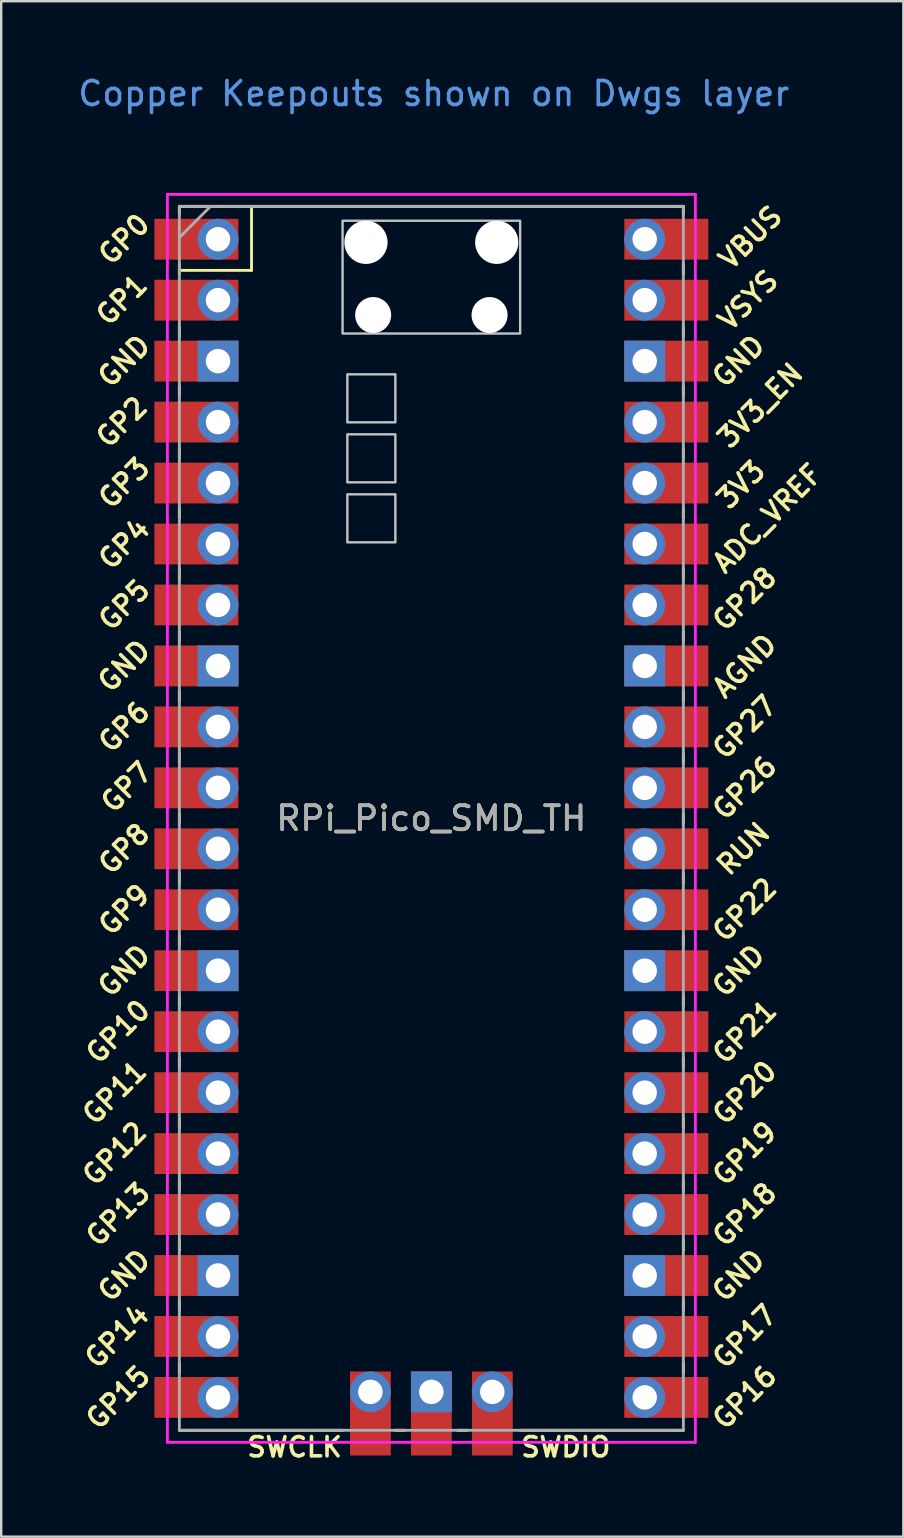
<source format=kicad_pcb>
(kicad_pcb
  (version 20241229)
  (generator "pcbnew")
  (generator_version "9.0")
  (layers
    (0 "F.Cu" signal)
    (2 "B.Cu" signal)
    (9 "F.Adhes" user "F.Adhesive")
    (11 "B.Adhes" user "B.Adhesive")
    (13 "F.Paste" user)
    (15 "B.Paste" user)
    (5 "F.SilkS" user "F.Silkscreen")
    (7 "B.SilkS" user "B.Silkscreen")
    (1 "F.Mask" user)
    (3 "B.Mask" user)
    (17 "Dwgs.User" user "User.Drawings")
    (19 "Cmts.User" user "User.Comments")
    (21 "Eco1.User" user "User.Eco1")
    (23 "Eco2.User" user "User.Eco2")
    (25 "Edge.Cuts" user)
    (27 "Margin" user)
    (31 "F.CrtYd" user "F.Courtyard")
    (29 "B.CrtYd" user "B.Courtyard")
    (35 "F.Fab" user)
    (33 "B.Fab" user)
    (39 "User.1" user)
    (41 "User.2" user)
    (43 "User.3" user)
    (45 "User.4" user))
  (footprint "RPi_Pico_SMD_TH"
    (layer "F.Cu")
    (at 14.924 31.048)
    (property "Reference" "RPi_Pico_SMD_TH" (at 0 0 0) (layer "F.SilkS") (effects (font (size 1 1) (thickness 0.15))))
    (attr through_hole)
    (fp_line (start -10.5 -25.5) (end -10.5 -25.2) (stroke (width 0.12) (type solid)) (layer "F.SilkS"))
    (fp_line (start -10.5 -25.5) (end 10.5 -25.5) (stroke (width 0.12) (type solid)) (layer "F.SilkS"))
    (fp_line (start -10.5 -23.1) (end -10.5 -22.7) (stroke (width 0.12) (type solid)) (layer "F.SilkS"))
    (fp_line (start -10.5 -22.833) (end -7.493 -22.833) (stroke (width 0.12) (type solid)) (layer "F.SilkS"))
    (fp_line (start -10.5 -20.5) (end -10.5 -20.1) (stroke (width 0.12) (type solid)) (layer "F.SilkS"))
    (fp_line (start -10.5 -18) (end -10.5 -17.6) (stroke (width 0.12) (type solid)) (layer "F.SilkS"))
    (fp_line (start -10.5 -15.4) (end -10.5 -15) (stroke (width 0.12) (type solid)) (layer "F.SilkS"))
    (fp_line (start -10.5 -12.9) (end -10.5 -12.5) (stroke (width 0.12) (type solid)) (layer "F.SilkS"))
    (fp_line (start -10.5 -10.4) (end -10.5 -10) (stroke (width 0.12) (type solid)) (layer "F.SilkS"))
    (fp_line (start -10.5 -7.8) (end -10.5 -7.4) (stroke (width 0.12) (type solid)) (layer "F.SilkS"))
    (fp_line (start -10.5 -5.3) (end -10.5 -4.9) (stroke (width 0.12) (type solid)) (layer "F.SilkS"))
    (fp_line (start -10.5 -2.7) (end -10.5 -2.3) (stroke (width 0.12) (type solid)) (layer "F.SilkS"))
    (fp_line (start -10.5 -0.2) (end -10.5 0.2) (stroke (width 0.12) (type solid)) (layer "F.SilkS"))
    (fp_line (start -10.5 2.3) (end -10.5 2.7) (stroke (width 0.12) (type solid)) (layer "F.SilkS"))
    (fp_line (start -10.5 4.9) (end -10.5 5.3) (stroke (width 0.12) (type solid)) (layer "F.SilkS"))
    (fp_line (start -10.5 7.4) (end -10.5 7.8) (stroke (width 0.12) (type solid)) (layer "F.SilkS"))
    (fp_line (start -10.5 10) (end -10.5 10.4) (stroke (width 0.12) (type solid)) (layer "F.SilkS"))
    (fp_line (start -10.5 12.5) (end -10.5 12.9) (stroke (width 0.12) (type solid)) (layer "F.SilkS"))
    (fp_line (start -10.5 15.1) (end -10.5 15.5) (stroke (width 0.12) (type solid)) (layer "F.SilkS"))
    (fp_line (start -10.5 17.6) (end -10.5 18) (stroke (width 0.12) (type solid)) (layer "F.SilkS"))
    (fp_line (start -10.5 20.1) (end -10.5 20.5) (stroke (width 0.12) (type solid)) (layer "F.SilkS"))
    (fp_line (start -10.5 22.7) (end -10.5 23.1) (stroke (width 0.12) (type solid)) (layer "F.SilkS"))
    (fp_line (start -7.493 -22.833) (end -7.493 -25.5) (stroke (width 0.12) (type solid)) (layer "F.SilkS"))
    (fp_line (start -3.7 25.5) (end -10.5 25.5) (stroke (width 0.12) (type solid)) (layer "F.SilkS"))
    (fp_line (start -1.5 25.5) (end -1.1 25.5) (stroke (width 0.12) (type solid)) (layer "F.SilkS"))
    (fp_line (start 1.1 25.5) (end 1.5 25.5) (stroke (width 0.12) (type solid)) (layer "F.SilkS"))
    (fp_line (start 10.5 -25.5) (end 10.5 -25.2) (stroke (width 0.12) (type solid)) (layer "F.SilkS"))
    (fp_line (start 10.5 -23.1) (end 10.5 -22.7) (stroke (width 0.12) (type solid)) (layer "F.SilkS"))
    (fp_line (start 10.5 -20.5) (end 10.5 -20.1) (stroke (width 0.12) (type solid)) (layer "F.SilkS"))
    (fp_line (start 10.5 -18) (end 10.5 -17.6) (stroke (width 0.12) (type solid)) (layer "F.SilkS"))
    (fp_line (start 10.5 -15.4) (end 10.5 -15) (stroke (width 0.12) (type solid)) (layer "F.SilkS"))
    (fp_line (start 10.5 -12.9) (end 10.5 -12.5) (stroke (width 0.12) (type solid)) (layer "F.SilkS"))
    (fp_line (start 10.5 -10.4) (end 10.5 -10) (stroke (width 0.12) (type solid)) (layer "F.SilkS"))
    (fp_line (start 10.5 -7.8) (end 10.5 -7.4) (stroke (width 0.12) (type solid)) (layer "F.SilkS"))
    (fp_line (start 10.5 -5.3) (end 10.5 -4.9) (stroke (width 0.12) (type solid)) (layer "F.SilkS"))
    (fp_line (start 10.5 -2.7) (end 10.5 -2.3) (stroke (width 0.12) (type solid)) (layer "F.SilkS"))
    (fp_line (start 10.5 -0.2) (end 10.5 0.2) (stroke (width 0.12) (type solid)) (layer "F.SilkS"))
    (fp_line (start 10.5 2.3) (end 10.5 2.7) (stroke (width 0.12) (type solid)) (layer "F.SilkS"))
    (fp_line (start 10.5 4.9) (end 10.5 5.3) (stroke (width 0.12) (type solid)) (layer "F.SilkS"))
    (fp_line (start 10.5 7.4) (end 10.5 7.8) (stroke (width 0.12) (type solid)) (layer "F.SilkS"))
    (fp_line (start 10.5 10) (end 10.5 10.4) (stroke (width 0.12) (type solid)) (layer "F.SilkS"))
    (fp_line (start 10.5 12.5) (end 10.5 12.9) (stroke (width 0.12) (type solid)) (layer "F.SilkS"))
    (fp_line (start 10.5 15.1) (end 10.5 15.5) (stroke (width 0.12) (type solid)) (layer "F.SilkS"))
    (fp_line (start 10.5 17.6) (end 10.5 18) (stroke (width 0.12) (type solid)) (layer "F.SilkS"))
    (fp_line (start 10.5 20.1) (end 10.5 20.5) (stroke (width 0.12) (type solid)) (layer "F.SilkS"))
    (fp_line (start 10.5 22.7) (end 10.5 23.1) (stroke (width 0.12) (type solid)) (layer "F.SilkS"))
    (fp_line (start 10.5 25.5) (end 3.7 25.5) (stroke (width 0.12) (type solid)) (layer "F.SilkS"))
    (fp_poly (pts (xy -1.5 -16.5) (xy -3.5 -16.5) (xy -3.5 -18.5) (xy -1.5 -18.5)) (stroke (width 0.1) (type solid)) (fill no) (layer "Dwgs.User"))
    (fp_poly (pts (xy -1.5 -14) (xy -3.5 -14) (xy -3.5 -16) (xy -1.5 -16)) (stroke (width 0.1) (type solid)) (fill no) (layer "Dwgs.User"))
    (fp_poly (pts (xy -1.5 -11.5) (xy -3.5 -11.5) (xy -3.5 -13.5) (xy -1.5 -13.5)) (stroke (width 0.1) (type solid)) (fill no) (layer "Dwgs.User"))
    (fp_poly (pts (xy 3.7 -20.2) (xy -3.7 -20.2) (xy -3.7 -24.9) (xy 3.7 -24.9)) (stroke (width 0.1) (type solid)) (fill no) (layer "Dwgs.User"))
    (fp_line (start -11 -26) (end 11 -26) (stroke (width 0.12) (type solid)) (layer "F.CrtYd"))
    (fp_line (start -11 26) (end -11 -26) (stroke (width 0.12) (type solid)) (layer "F.CrtYd"))
    (fp_line (start 11 -26) (end 11 26) (stroke (width 0.12) (type solid)) (layer "F.CrtYd"))
    (fp_line (start 11 26) (end -11 26) (stroke (width 0.12) (type solid)) (layer "F.CrtYd"))
    (fp_line (start -10.5 -25.5) (end 10.5 -25.5) (stroke (width 0.12) (type solid)) (layer "F.Fab"))
    (fp_line (start -10.5 -24.2) (end -9.2 -25.5) (stroke (width 0.12) (type solid)) (layer "F.Fab"))
    (fp_line (start -10.5 25.5) (end -10.5 -25.5) (stroke (width 0.12) (type solid)) (layer "F.Fab"))
    (fp_line (start 10.5 -25.5) (end 10.5 25.5) (stroke (width 0.12) (type solid)) (layer "F.Fab"))
    (fp_line (start 10.5 25.5) (end -10.5 25.5) (stroke (width 0.12) (type solid)) (layer "F.Fab"))
    (fp_text user "GP26" (at 13.054 -1.27 45) (layer "F.SilkS") (effects (font (size 0.8 0.8) (thickness 0.15))))
    (fp_text user "GP16" (at 13.054 24.13 45) (layer "F.SilkS") (effects (font (size 0.8 0.8) (thickness 0.15))))
    (fp_text user "GND" (at 12.8 -19.05 45) (layer "F.SilkS") (effects (font (size 0.8 0.8) (thickness 0.15))))
    (fp_text user "GP2" (at -12.9 -16.51 45) (layer "F.SilkS") (effects (font (size 0.8 0.8) (thickness 0.15))))
    (fp_text user "SWDIO" (at 5.6 26.2 0) (layer "F.SilkS") (effects (font (size 0.8 0.8) (thickness 0.15))))
    (fp_text user "VSYS" (at 13.2 -21.59 45) (layer "F.SilkS") (effects (font (size 0.8 0.8) (thickness 0.15))))
    (fp_text user "GP0" (at -12.8 -24.13 45) (layer "F.SilkS") (effects (font (size 0.8 0.8) (thickness 0.15))))
    (fp_text user "GP1" (at -12.9 -21.6 45) (layer "F.SilkS") (effects (font (size 0.8 0.8) (thickness 0.15))))
    (fp_text user "GP17" (at 13.054 21.59 45) (layer "F.SilkS") (effects (font (size 0.8 0.8) (thickness 0.15))))
    (fp_text user "AGND" (at 13.054 -6.35 45) (layer "F.SilkS") (effects (font (size 0.8 0.8) (thickness 0.15))))
    (fp_text user "GND" (at -12.8 6.35 45) (layer "F.SilkS") (effects (font (size 0.8 0.8) (thickness 0.15))))
    (fp_text user "GP10" (at -13.054 8.89 45) (layer "F.SilkS") (effects (font (size 0.8 0.8) (thickness 0.15))))
    (fp_text user "SWCLK" (at -5.7 26.2 0) (layer "F.SilkS") (effects (font (size 0.8 0.8) (thickness 0.15))))
    (fp_text user "GP9" (at -12.8 3.81 45) (layer "F.SilkS") (effects (font (size 0.8 0.8) (thickness 0.15))))
    (fp_text user "GP22" (at 13.054 3.81 45) (layer "F.SilkS") (effects (font (size 0.8 0.8) (thickness 0.15))))
    (fp_text user "GND" (at 12.8 19.05 45) (layer "F.SilkS") (effects (font (size 0.8 0.8) (thickness 0.15))))
    (fp_text user "GP3" (at -12.8 -13.97 45) (layer "F.SilkS") (effects (font (size 0.8 0.8) (thickness 0.15))))
    (fp_text user "GP11" (at -13.2 11.43 45) (layer "F.SilkS") (effects (font (size 0.8 0.8) (thickness 0.15))))
    (fp_text user "GP13" (at -13.054 16.51 45) (layer "F.SilkS") (effects (font (size 0.8 0.8) (thickness 0.15))))
    (fp_text user "VBUS" (at 13.3 -24.2 45) (layer "F.SilkS") (effects (font (size 0.8 0.8) (thickness 0.15))))
    (fp_text user "GP27" (at 13.054 -3.8 45) (layer "F.SilkS") (effects (font (size 0.8 0.8) (thickness 0.15))))
    (fp_text user "GP4" (at -12.8 -11.43 45) (layer "F.SilkS") (effects (font (size 0.8 0.8) (thickness 0.15))))
    (fp_text user "RUN" (at 13 1.27 45) (layer "F.SilkS") (effects (font (size 0.8 0.8) (thickness 0.15))))
    (fp_text user "GP14" (at -13.1 21.59 45) (layer "F.SilkS") (effects (font (size 0.8 0.8) (thickness 0.15))))
    (fp_text user "GP19" (at 13.054 13.97 45) (layer "F.SilkS") (effects (font (size 0.8 0.8) (thickness 0.15))))
    (fp_text user "GP8" (at -12.8 1.27 45) (layer "F.SilkS") (effects (font (size 0.8 0.8) (thickness 0.15))))
    (fp_text user "3V3_EN" (at 13.7 -17.2 45) (layer "F.SilkS") (effects (font (size 0.8 0.8) (thickness 0.15))))
    (fp_text user "GND" (at -12.8 -6.35 45) (layer "F.SilkS") (effects (font (size 0.8 0.8) (thickness 0.15))))
    (fp_text user "GP21" (at 13.054 8.9 45) (layer "F.SilkS") (effects (font (size 0.8 0.8) (thickness 0.15))))
    (fp_text user "GP18" (at 13.054 16.51 45) (layer "F.SilkS") (effects (font (size 0.8 0.8) (thickness 0.15))))
    (fp_text user "GP6" (at -12.8 -3.81 45) (layer "F.SilkS") (effects (font (size 0.8 0.8) (thickness 0.15))))
    (fp_text user "GP7" (at -12.7 -1.3 45) (layer "F.SilkS") (effects (font (size 0.8 0.8) (thickness 0.15))))
    (fp_text user "GP15" (at -13.054 24.13 45) (layer "F.SilkS") (effects (font (size 0.8 0.8) (thickness 0.15))))
    (fp_text user "GP12" (at -13.2 13.97 45) (layer "F.SilkS") (effects (font (size 0.8 0.8) (thickness 0.15))))
    (fp_text user "GP20" (at 13.054 11.43 45) (layer "F.SilkS") (effects (font (size 0.8 0.8) (thickness 0.15))))
    (fp_text user "GND" (at 12.8 6.35 45) (layer "F.SilkS") (effects (font (size 0.8 0.8) (thickness 0.15))))
    (fp_text user "GP28" (at 13.054 -9.144 45) (layer "F.SilkS") (effects (font (size 0.8 0.8) (thickness 0.15))))
    (fp_text user "ADC_VREF" (at 14 -12.5 45) (layer "F.SilkS") (effects (font (size 0.8 0.8) (thickness 0.15))))
    (fp_text user "GP5" (at -12.8 -8.89 45) (layer "F.SilkS") (effects (font (size 0.8 0.8) (thickness 0.15))))
    (fp_text user "GND" (at -12.8 -19.05 45) (layer "F.SilkS") (effects (font (size 0.8 0.8) (thickness 0.15))))
    (fp_text user "3V3" (at 12.9 -13.9 45) (layer "F.SilkS") (effects (font (size 0.8 0.8) (thickness 0.15))))
    (fp_text user "GND" (at -12.8 19.05 45) (layer "F.SilkS") (effects (font (size 0.8 0.8) (thickness 0.15))))
    (fp_text user "Copper Keepouts shown on Dwgs layer" (at 0.1 -30.2 0) (layer "Cmts.User") (effects (font (size 1 1) (thickness 0.15))))
    (fp_text user "${REFERENCE}" (at 0 0 180) (layer "F.Fab") (effects (font (size 1 1) (thickness 0.15))))
    (pad "" np_thru_hole oval (at -2.725 -24) (size 1.8 1.8) (drill 1.8) (layers "*.Cu" "*.Mask"))
    (pad "" np_thru_hole oval (at -2.425 -20.97) (size 1.5 1.5) (drill 1.5) (layers "*.Cu" "*.Mask"))
    (pad "" np_thru_hole oval (at 2.425 -20.97) (size 1.5 1.5) (drill 1.5) (layers "*.Cu" "*.Mask"))
    (pad "" np_thru_hole oval (at 2.725 -24) (size 1.8 1.8) (drill 1.8) (layers "*.Cu" "*.Mask"))
    (pad "1" thru_hole oval (at -8.89 -24.13) (size 1.7 1.7) (drill 1.02) (layers "*.Cu" "*.Mask"))
    (pad "1" smd rect (at -8.89 -24.13) (size 3.5 1.7) (drill (offset -0.9 0)) (layers "F.Cu" "F.Mask"))
    (pad "2" thru_hole oval (at -8.89 -21.59) (size 1.7 1.7) (drill 1.02) (layers "*.Cu" "*.Mask"))
    (pad "2" smd rect (at -8.89 -21.59) (size 3.5 1.7) (drill (offset -0.9 0)) (layers "F.Cu" "F.Mask"))
    (pad "3" thru_hole rect (at -8.89 -19.05) (size 1.7 1.7) (drill 1.02) (layers "*.Cu" "*.Mask"))
    (pad "3" smd rect (at -8.89 -19.05) (size 3.5 1.7) (drill (offset -0.9 0)) (layers "F.Cu" "F.Mask"))
    (pad "4" thru_hole oval (at -8.89 -16.51) (size 1.7 1.7) (drill 1.02) (layers "*.Cu" "*.Mask"))
    (pad "4" smd rect (at -8.89 -16.51) (size 3.5 1.7) (drill (offset -0.9 0)) (layers "F.Cu" "F.Mask"))
    (pad "5" thru_hole oval (at -8.89 -13.97) (size 1.7 1.7) (drill 1.02) (layers "*.Cu" "*.Mask"))
    (pad "5" smd rect (at -8.89 -13.97) (size 3.5 1.7) (drill (offset -0.9 0)) (layers "F.Cu" "F.Mask"))
    (pad "6" thru_hole oval (at -8.89 -11.43) (size 1.7 1.7) (drill 1.02) (layers "*.Cu" "*.Mask"))
    (pad "6" smd rect (at -8.89 -11.43) (size 3.5 1.7) (drill (offset -0.9 0)) (layers "F.Cu" "F.Mask"))
    (pad "7" thru_hole oval (at -8.89 -8.89) (size 1.7 1.7) (drill 1.02) (layers "*.Cu" "*.Mask"))
    (pad "7" smd rect (at -8.89 -8.89) (size 3.5 1.7) (drill (offset -0.9 0)) (layers "F.Cu" "F.Mask"))
    (pad "8" thru_hole rect (at -8.89 -6.35) (size 1.7 1.7) (drill 1.02) (layers "*.Cu" "*.Mask"))
    (pad "8" smd rect (at -8.89 -6.35) (size 3.5 1.7) (drill (offset -0.9 0)) (layers "F.Cu" "F.Mask"))
    (pad "9" thru_hole oval (at -8.89 -3.81) (size 1.7 1.7) (drill 1.02) (layers "*.Cu" "*.Mask"))
    (pad "9" smd rect (at -8.89 -3.81) (size 3.5 1.7) (drill (offset -0.9 0)) (layers "F.Cu" "F.Mask"))
    (pad "10" thru_hole oval (at -8.89 -1.27) (size 1.7 1.7) (drill 1.02) (layers "*.Cu" "*.Mask"))
    (pad "10" smd rect (at -8.89 -1.27) (size 3.5 1.7) (drill (offset -0.9 0)) (layers "F.Cu" "F.Mask"))
    (pad "11" thru_hole oval (at -8.89 1.27) (size 1.7 1.7) (drill 1.02) (layers "*.Cu" "*.Mask"))
    (pad "11" smd rect (at -8.89 1.27) (size 3.5 1.7) (drill (offset -0.9 0)) (layers "F.Cu" "F.Mask"))
    (pad "12" thru_hole oval (at -8.89 3.81) (size 1.7 1.7) (drill 1.02) (layers "*.Cu" "*.Mask"))
    (pad "12" smd rect (at -8.89 3.81) (size 3.5 1.7) (drill (offset -0.9 0)) (layers "F.Cu" "F.Mask"))
    (pad "13" thru_hole rect (at -8.89 6.35) (size 1.7 1.7) (drill 1.02) (layers "*.Cu" "*.Mask"))
    (pad "13" smd rect (at -8.89 6.35) (size 3.5 1.7) (drill (offset -0.9 0)) (layers "F.Cu" "F.Mask"))
    (pad "14" thru_hole oval (at -8.89 8.89) (size 1.7 1.7) (drill 1.02) (layers "*.Cu" "*.Mask"))
    (pad "14" smd rect (at -8.89 8.89) (size 3.5 1.7) (drill (offset -0.9 0)) (layers "F.Cu" "F.Mask"))
    (pad "15" thru_hole oval (at -8.89 11.43) (size 1.7 1.7) (drill 1.02) (layers "*.Cu" "*.Mask"))
    (pad "15" smd rect (at -8.89 11.43) (size 3.5 1.7) (drill (offset -0.9 0)) (layers "F.Cu" "F.Mask"))
    (pad "16" thru_hole oval (at -8.89 13.97) (size 1.7 1.7) (drill 1.02) (layers "*.Cu" "*.Mask"))
    (pad "16" smd rect (at -8.89 13.97) (size 3.5 1.7) (drill (offset -0.9 0)) (layers "F.Cu" "F.Mask"))
    (pad "17" thru_hole oval (at -8.89 16.51) (size 1.7 1.7) (drill 1.02) (layers "*.Cu" "*.Mask"))
    (pad "17" smd rect (at -8.89 16.51) (size 3.5 1.7) (drill (offset -0.9 0)) (layers "F.Cu" "F.Mask"))
    (pad "18" thru_hole rect (at -8.89 19.05) (size 1.7 1.7) (drill 1.02) (layers "*.Cu" "*.Mask"))
    (pad "18" smd rect (at -8.89 19.05) (size 3.5 1.7) (drill (offset -0.9 0)) (layers "F.Cu" "F.Mask"))
    (pad "19" thru_hole oval (at -8.89 21.59) (size 1.7 1.7) (drill 1.02) (layers "*.Cu" "*.Mask"))
    (pad "19" smd rect (at -8.89 21.59) (size 3.5 1.7) (drill (offset -0.9 0)) (layers "F.Cu" "F.Mask"))
    (pad "20" thru_hole oval (at -8.89 24.13) (size 1.7 1.7) (drill 1.02) (layers "*.Cu" "*.Mask"))
    (pad "20" smd rect (at -8.89 24.13) (size 3.5 1.7) (drill (offset -0.9 0)) (layers "F.Cu" "F.Mask"))
    (pad "21" thru_hole oval (at 8.89 24.13) (size 1.7 1.7) (drill 1.02) (layers "*.Cu" "*.Mask"))
    (pad "21" smd rect (at 8.89 24.13) (size 3.5 1.7) (drill (offset 0.9 0)) (layers "F.Cu" "F.Mask"))
    (pad "22" thru_hole oval (at 8.89 21.59) (size 1.7 1.7) (drill 1.02) (layers "*.Cu" "*.Mask"))
    (pad "22" smd rect (at 8.89 21.59) (size 3.5 1.7) (drill (offset 0.9 0)) (layers "F.Cu" "F.Mask"))
    (pad "23" thru_hole rect (at 8.89 19.05) (size 1.7 1.7) (drill 1.02) (layers "*.Cu" "*.Mask"))
    (pad "23" smd rect (at 8.89 19.05) (size 3.5 1.7) (drill (offset 0.9 0)) (layers "F.Cu" "F.Mask"))
    (pad "24" thru_hole oval (at 8.89 16.51) (size 1.7 1.7) (drill 1.02) (layers "*.Cu" "*.Mask"))
    (pad "24" smd rect (at 8.89 16.51) (size 3.5 1.7) (drill (offset 0.9 0)) (layers "F.Cu" "F.Mask"))
    (pad "25" thru_hole oval (at 8.89 13.97) (size 1.7 1.7) (drill 1.02) (layers "*.Cu" "*.Mask"))
    (pad "25" smd rect (at 8.89 13.97) (size 3.5 1.7) (drill (offset 0.9 0)) (layers "F.Cu" "F.Mask"))
    (pad "26" thru_hole oval (at 8.89 11.43) (size 1.7 1.7) (drill 1.02) (layers "*.Cu" "*.Mask"))
    (pad "26" smd rect (at 8.89 11.43) (size 3.5 1.7) (drill (offset 0.9 0)) (layers "F.Cu" "F.Mask"))
    (pad "27" thru_hole oval (at 8.89 8.89) (size 1.7 1.7) (drill 1.02) (layers "*.Cu" "*.Mask"))
    (pad "27" smd rect (at 8.89 8.89) (size 3.5 1.7) (drill (offset 0.9 0)) (layers "F.Cu" "F.Mask"))
    (pad "28" thru_hole rect (at 8.89 6.35) (size 1.7 1.7) (drill 1.02) (layers "*.Cu" "*.Mask"))
    (pad "28" smd rect (at 8.89 6.35) (size 3.5 1.7) (drill (offset 0.9 0)) (layers "F.Cu" "F.Mask"))
    (pad "29" thru_hole oval (at 8.89 3.81) (size 1.7 1.7) (drill 1.02) (layers "*.Cu" "*.Mask"))
    (pad "29" smd rect (at 8.89 3.81) (size 3.5 1.7) (drill (offset 0.9 0)) (layers "F.Cu" "F.Mask"))
    (pad "30" thru_hole oval (at 8.89 1.27) (size 1.7 1.7) (drill 1.02) (layers "*.Cu" "*.Mask"))
    (pad "30" smd rect (at 8.89 1.27) (size 3.5 1.7) (drill (offset 0.9 0)) (layers "F.Cu" "F.Mask"))
    (pad "31" thru_hole oval (at 8.89 -1.27) (size 1.7 1.7) (drill 1.02) (layers "*.Cu" "*.Mask"))
    (pad "31" smd rect (at 8.89 -1.27) (size 3.5 1.7) (drill (offset 0.9 0)) (layers "F.Cu" "F.Mask"))
    (pad "32" thru_hole oval (at 8.89 -3.81) (size 1.7 1.7) (drill 1.02) (layers "*.Cu" "*.Mask"))
    (pad "32" smd rect (at 8.89 -3.81) (size 3.5 1.7) (drill (offset 0.9 0)) (layers "F.Cu" "F.Mask"))
    (pad "33" thru_hole rect (at 8.89 -6.35) (size 1.7 1.7) (drill 1.02) (layers "*.Cu" "*.Mask"))
    (pad "33" smd rect (at 8.89 -6.35) (size 3.5 1.7) (drill (offset 0.9 0)) (layers "F.Cu" "F.Mask"))
    (pad "34" thru_hole oval (at 8.89 -8.89) (size 1.7 1.7) (drill 1.02) (layers "*.Cu" "*.Mask"))
    (pad "34" smd rect (at 8.89 -8.89) (size 3.5 1.7) (drill (offset 0.9 0)) (layers "F.Cu" "F.Mask"))
    (pad "35" thru_hole oval (at 8.89 -11.43) (size 1.7 1.7) (drill 1.02) (layers "*.Cu" "*.Mask"))
    (pad "35" smd rect (at 8.89 -11.43) (size 3.5 1.7) (drill (offset 0.9 0)) (layers "F.Cu" "F.Mask"))
    (pad "36" thru_hole oval (at 8.89 -13.97) (size 1.7 1.7) (drill 1.02) (layers "*.Cu" "*.Mask"))
    (pad "36" smd rect (at 8.89 -13.97) (size 3.5 1.7) (drill (offset 0.9 0)) (layers "F.Cu" "F.Mask"))
    (pad "37" thru_hole oval (at 8.89 -16.51) (size 1.7 1.7) (drill 1.02) (layers "*.Cu" "*.Mask"))
    (pad "37" smd rect (at 8.89 -16.51) (size 3.5 1.7) (drill (offset 0.9 0)) (layers "F.Cu" "F.Mask"))
    (pad "38" thru_hole rect (at 8.89 -19.05) (size 1.7 1.7) (drill 1.02) (layers "*.Cu" "*.Mask"))
    (pad "38" smd rect (at 8.89 -19.05) (size 3.5 1.7) (drill (offset 0.9 0)) (layers "F.Cu" "F.Mask"))
    (pad "39" thru_hole oval (at 8.89 -21.59) (size 1.7 1.7) (drill 1.02) (layers "*.Cu" "*.Mask"))
    (pad "39" smd rect (at 8.89 -21.59) (size 3.5 1.7) (drill (offset 0.9 0)) (layers "F.Cu" "F.Mask"))
    (pad "40" thru_hole oval (at 8.89 -24.13) (size 1.7 1.7) (drill 1.02) (layers "*.Cu" "*.Mask"))
    (pad "40" smd rect (at 8.89 -24.13) (size 3.5 1.7) (drill (offset 0.9 0)) (layers "F.Cu" "F.Mask"))
    (pad "41" thru_hole oval (at -2.54 23.9) (size 1.7 1.7) (drill 1.02) (layers "*.Cu" "*.Mask"))
    (pad "41" smd rect (at -2.54 23.9 90) (size 3.5 1.7) (drill (offset -0.9 0)) (layers "F.Cu" "F.Mask"))
    (pad "42" thru_hole rect (at 0 23.9) (size 1.7 1.7) (drill 1.02) (layers "*.Cu" "*.Mask"))
    (pad "42" smd rect (at 0 23.9 90) (size 3.5 1.7) (drill (offset -0.9 0)) (layers "F.Cu" "F.Mask"))
    (pad "43" thru_hole oval (at 2.54 23.9) (size 1.7 1.7) (drill 1.02) (layers "*.Cu" "*.Mask"))
    (pad "43" smd rect (at 2.54 23.9 90) (size 3.5 1.7) (drill (offset -0.9 0)) (layers "F.Cu" "F.Mask")))
  (gr_rect
    (start -3 -3)
    (end 34.591 60.98)
    (stroke (width 0.1) (type default))
    (fill no)
    (layer "Edge.Cuts")))
</source>
